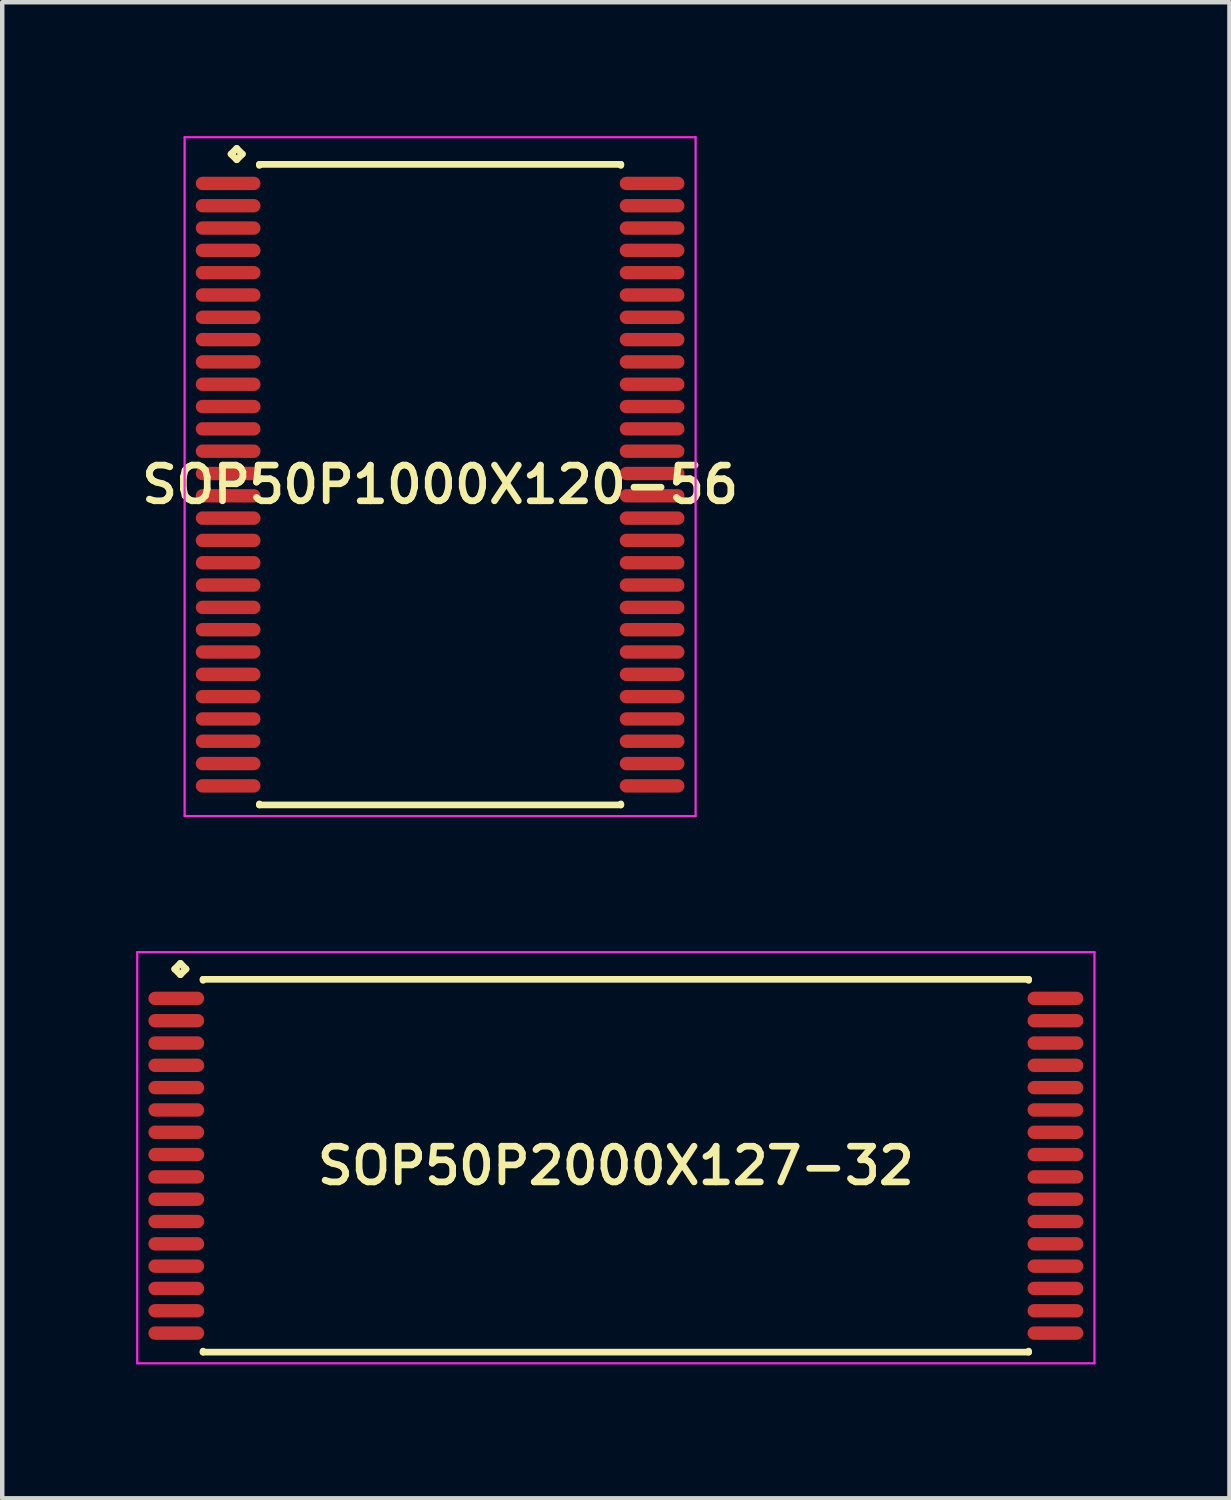
<source format=kicad_pcb>
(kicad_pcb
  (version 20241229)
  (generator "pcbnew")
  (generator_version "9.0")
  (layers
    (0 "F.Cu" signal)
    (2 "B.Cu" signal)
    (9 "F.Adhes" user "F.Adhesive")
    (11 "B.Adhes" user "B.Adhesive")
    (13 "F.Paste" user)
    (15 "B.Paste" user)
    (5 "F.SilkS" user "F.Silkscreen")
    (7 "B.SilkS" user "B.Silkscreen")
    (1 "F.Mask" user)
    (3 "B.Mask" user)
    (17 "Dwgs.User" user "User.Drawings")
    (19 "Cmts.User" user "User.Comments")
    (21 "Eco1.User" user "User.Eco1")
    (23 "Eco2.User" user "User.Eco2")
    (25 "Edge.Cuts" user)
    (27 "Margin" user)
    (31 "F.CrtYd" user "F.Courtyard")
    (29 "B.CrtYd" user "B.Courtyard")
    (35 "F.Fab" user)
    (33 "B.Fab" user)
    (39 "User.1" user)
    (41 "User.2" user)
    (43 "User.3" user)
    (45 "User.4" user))
  (footprint "SOP50P2000X127-32"
    (layer "F.Cu")
    (at 10.75 23.072)
    (property "Reference" "SOP50P2000X127-32" (at 0 0 0) (layer "F.SilkS") (effects (font (size 0.8 0.8) (thickness 0.15))))
    (attr smd)
    (fp_line (start -9.885 -4.408) (end -9.758 -4.535) (stroke (width 0.15) (type solid)) (layer "F.SilkS"))
    (fp_line (start -9.758 -4.535) (end -9.631 -4.408) (stroke (width 0.15) (type solid)) (layer "F.SilkS"))
    (fp_line (start -9.758 -4.281) (end -9.885 -4.408) (stroke (width 0.15) (type solid)) (layer "F.SilkS"))
    (fp_line (start -9.631 -4.408) (end -9.758 -4.281) (stroke (width 0.15) (type solid)) (layer "F.SilkS"))
    (fp_line (start -9.25 -4.177) (end 9.25 -4.177) (stroke (width 0.15) (type solid)) (layer "F.SilkS"))
    (fp_line (start -9.25 -4.154) (end -9.25 -4.177) (stroke (width 0.15) (type solid)) (layer "F.SilkS"))
    (fp_line (start -9.25 4.154) (end -9.25 4.177) (stroke (width 0.15) (type solid)) (layer "F.SilkS"))
    (fp_line (start -9.25 4.177) (end 9.25 4.177) (stroke (width 0.15) (type solid)) (layer "F.SilkS"))
    (fp_line (start 9.25 -4.177) (end 9.25 -4.154) (stroke (width 0.15) (type solid)) (layer "F.SilkS"))
    (fp_line (start 9.25 4.177) (end 9.25 4.154) (stroke (width 0.15) (type solid)) (layer "F.SilkS"))
    (fp_line (start -10.725 -4.785) (end 10.725 -4.785) (stroke (width 0.05) (type solid)) (layer "F.CrtYd"))
    (fp_line (start -10.725 4.427) (end -10.725 -4.785) (stroke (width 0.05) (type solid)) (layer "F.CrtYd"))
    (fp_line (start 10.725 -4.785) (end 10.725 4.427) (stroke (width 0.05) (type solid)) (layer "F.CrtYd"))
    (fp_line (start 10.725 4.427) (end -10.725 4.427) (stroke (width 0.05) (type solid)) (layer "F.CrtYd"))
    (pad "1" smd oval (at -9.85 -3.75) (size 1.25 0.3) (layers "F.Cu" "F.Mask" "F.Paste"))
    (pad "2" smd oval (at -9.85 -3.25) (size 1.25 0.3) (layers "F.Cu" "F.Mask" "F.Paste"))
    (pad "3" smd oval (at -9.85 -2.75) (size 1.25 0.3) (layers "F.Cu" "F.Mask" "F.Paste"))
    (pad "4" smd oval (at -9.85 -2.25) (size 1.25 0.3) (layers "F.Cu" "F.Mask" "F.Paste"))
    (pad "5" smd oval (at -9.85 -1.75) (size 1.25 0.3) (layers "F.Cu" "F.Mask" "F.Paste"))
    (pad "6" smd oval (at -9.85 -1.25) (size 1.25 0.3) (layers "F.Cu" "F.Mask" "F.Paste"))
    (pad "7" smd oval (at -9.85 -0.75) (size 1.25 0.3) (layers "F.Cu" "F.Mask" "F.Paste"))
    (pad "8" smd oval (at -9.85 -0.25) (size 1.25 0.3) (layers "F.Cu" "F.Mask" "F.Paste"))
    (pad "9" smd oval (at -9.85 0.25) (size 1.25 0.3) (layers "F.Cu" "F.Mask" "F.Paste"))
    (pad "10" smd oval (at -9.85 0.75) (size 1.25 0.3) (layers "F.Cu" "F.Mask" "F.Paste"))
    (pad "11" smd oval (at -9.85 1.25) (size 1.25 0.3) (layers "F.Cu" "F.Mask" "F.Paste"))
    (pad "12" smd oval (at -9.85 1.75) (size 1.25 0.3) (layers "F.Cu" "F.Mask" "F.Paste"))
    (pad "13" smd oval (at -9.85 2.25) (size 1.25 0.3) (layers "F.Cu" "F.Mask" "F.Paste"))
    (pad "14" smd oval (at -9.85 2.75) (size 1.25 0.3) (layers "F.Cu" "F.Mask" "F.Paste"))
    (pad "15" smd oval (at -9.85 3.25) (size 1.25 0.3) (layers "F.Cu" "F.Mask" "F.Paste"))
    (pad "16" smd oval (at -9.85 3.75) (size 1.25 0.3) (layers "F.Cu" "F.Mask" "F.Paste"))
    (pad "17" smd oval (at 9.85 3.75) (size 1.25 0.3) (layers "F.Cu" "F.Mask" "F.Paste"))
    (pad "18" smd oval (at 9.85 3.25) (size 1.25 0.3) (layers "F.Cu" "F.Mask" "F.Paste"))
    (pad "19" smd oval (at 9.85 2.75) (size 1.25 0.3) (layers "F.Cu" "F.Mask" "F.Paste"))
    (pad "20" smd oval (at 9.85 2.25) (size 1.25 0.3) (layers "F.Cu" "F.Mask" "F.Paste"))
    (pad "21" smd oval (at 9.85 1.75) (size 1.25 0.3) (layers "F.Cu" "F.Mask" "F.Paste"))
    (pad "22" smd oval (at 9.85 1.25) (size 1.25 0.3) (layers "F.Cu" "F.Mask" "F.Paste"))
    (pad "23" smd oval (at 9.85 0.75) (size 1.25 0.3) (layers "F.Cu" "F.Mask" "F.Paste"))
    (pad "24" smd oval (at 9.85 0.25) (size 1.25 0.3) (layers "F.Cu" "F.Mask" "F.Paste"))
    (pad "25" smd oval (at 9.85 -0.25) (size 1.25 0.3) (layers "F.Cu" "F.Mask" "F.Paste"))
    (pad "26" smd oval (at 9.85 -0.75) (size 1.25 0.3) (layers "F.Cu" "F.Mask" "F.Paste"))
    (pad "27" smd oval (at 9.85 -1.25) (size 1.25 0.3) (layers "F.Cu" "F.Mask" "F.Paste"))
    (pad "28" smd oval (at 9.85 -1.75) (size 1.25 0.3) (layers "F.Cu" "F.Mask" "F.Paste"))
    (pad "29" smd oval (at 9.85 -2.25) (size 1.25 0.3) (layers "F.Cu" "F.Mask" "F.Paste"))
    (pad "30" smd oval (at 9.85 -2.75) (size 1.25 0.3) (layers "F.Cu" "F.Mask" "F.Paste"))
    (pad "31" smd oval (at 9.85 -3.25) (size 1.25 0.3) (layers "F.Cu" "F.Mask" "F.Paste"))
    (pad "32" smd oval (at 9.85 -3.75) (size 1.25 0.3) (layers "F.Cu" "F.Mask" "F.Paste")))
  (footprint "SOP50P1000X120-56"
    (layer "F.Cu")
    (at 6.812 7.81)
    (property "Reference" "SOP50P1000X120-56" (at 0 0 0) (layer "F.SilkS") (effects (font (size 0.8 0.8) (thickness 0.15))))
    (attr smd)
    (fp_line (start -4.685 -7.408) (end -4.558 -7.535) (stroke (width 0.15) (type solid)) (layer "F.SilkS"))
    (fp_line (start -4.558 -7.535) (end -4.431 -7.408) (stroke (width 0.15) (type solid)) (layer "F.SilkS"))
    (fp_line (start -4.558 -7.281) (end -4.685 -7.408) (stroke (width 0.15) (type solid)) (layer "F.SilkS"))
    (fp_line (start -4.431 -7.408) (end -4.558 -7.281) (stroke (width 0.15) (type solid)) (layer "F.SilkS"))
    (fp_line (start -4.05 -7.177) (end 4.05 -7.177) (stroke (width 0.15) (type solid)) (layer "F.SilkS"))
    (fp_line (start -4.05 -7.154) (end -4.05 -7.177) (stroke (width 0.15) (type solid)) (layer "F.SilkS"))
    (fp_line (start -4.05 7.154) (end -4.05 7.177) (stroke (width 0.15) (type solid)) (layer "F.SilkS"))
    (fp_line (start -4.05 7.177) (end 4.05 7.177) (stroke (width 0.15) (type solid)) (layer "F.SilkS"))
    (fp_line (start 4.05 -7.177) (end 4.05 -7.154) (stroke (width 0.15) (type solid)) (layer "F.SilkS"))
    (fp_line (start 4.05 7.177) (end 4.05 7.154) (stroke (width 0.15) (type solid)) (layer "F.SilkS"))
    (fp_line (start -5.725 -7.785) (end 5.725 -7.785) (stroke (width 0.05) (type solid)) (layer "F.CrtYd"))
    (fp_line (start -5.725 7.427) (end -5.725 -7.785) (stroke (width 0.05) (type solid)) (layer "F.CrtYd"))
    (fp_line (start 5.725 -7.785) (end 5.725 7.427) (stroke (width 0.05) (type solid)) (layer "F.CrtYd"))
    (fp_line (start 5.725 7.427) (end -5.725 7.427) (stroke (width 0.05) (type solid)) (layer "F.CrtYd"))
    (pad "1" smd oval (at -4.75 -6.75) (size 1.45 0.3) (layers "F.Cu" "F.Mask" "F.Paste"))
    (pad "2" smd oval (at -4.75 -6.25) (size 1.45 0.3) (layers "F.Cu" "F.Mask" "F.Paste"))
    (pad "3" smd oval (at -4.75 -5.75) (size 1.45 0.3) (layers "F.Cu" "F.Mask" "F.Paste"))
    (pad "4" smd oval (at -4.75 -5.25) (size 1.45 0.3) (layers "F.Cu" "F.Mask" "F.Paste"))
    (pad "5" smd oval (at -4.75 -4.75) (size 1.45 0.3) (layers "F.Cu" "F.Mask" "F.Paste"))
    (pad "6" smd oval (at -4.75 -4.25) (size 1.45 0.3) (layers "F.Cu" "F.Mask" "F.Paste"))
    (pad "7" smd oval (at -4.75 -3.75) (size 1.45 0.3) (layers "F.Cu" "F.Mask" "F.Paste"))
    (pad "8" smd oval (at -4.75 -3.25) (size 1.45 0.3) (layers "F.Cu" "F.Mask" "F.Paste"))
    (pad "9" smd oval (at -4.75 -2.75) (size 1.45 0.3) (layers "F.Cu" "F.Mask" "F.Paste"))
    (pad "10" smd oval (at -4.75 -2.25) (size 1.45 0.3) (layers "F.Cu" "F.Mask" "F.Paste"))
    (pad "11" smd oval (at -4.75 -1.75) (size 1.45 0.3) (layers "F.Cu" "F.Mask" "F.Paste"))
    (pad "12" smd oval (at -4.75 -1.25) (size 1.45 0.3) (layers "F.Cu" "F.Mask" "F.Paste"))
    (pad "13" smd oval (at -4.75 -0.75) (size 1.45 0.3) (layers "F.Cu" "F.Mask" "F.Paste"))
    (pad "14" smd oval (at -4.75 -0.25) (size 1.45 0.3) (layers "F.Cu" "F.Mask" "F.Paste"))
    (pad "15" smd oval (at -4.75 0.25) (size 1.45 0.3) (layers "F.Cu" "F.Mask" "F.Paste"))
    (pad "16" smd oval (at -4.75 0.75) (size 1.45 0.3) (layers "F.Cu" "F.Mask" "F.Paste"))
    (pad "17" smd oval (at -4.75 1.25) (size 1.45 0.3) (layers "F.Cu" "F.Mask" "F.Paste"))
    (pad "18" smd oval (at -4.75 1.75) (size 1.45 0.3) (layers "F.Cu" "F.Mask" "F.Paste"))
    (pad "19" smd oval (at -4.75 2.25) (size 1.45 0.3) (layers "F.Cu" "F.Mask" "F.Paste"))
    (pad "20" smd oval (at -4.75 2.75) (size 1.45 0.3) (layers "F.Cu" "F.Mask" "F.Paste"))
    (pad "21" smd oval (at -4.75 3.25) (size 1.45 0.3) (layers "F.Cu" "F.Mask" "F.Paste"))
    (pad "22" smd oval (at -4.75 3.75) (size 1.45 0.3) (layers "F.Cu" "F.Mask" "F.Paste"))
    (pad "23" smd oval (at -4.75 4.25) (size 1.45 0.3) (layers "F.Cu" "F.Mask" "F.Paste"))
    (pad "24" smd oval (at -4.75 4.75) (size 1.45 0.3) (layers "F.Cu" "F.Mask" "F.Paste"))
    (pad "25" smd oval (at -4.75 5.25) (size 1.45 0.3) (layers "F.Cu" "F.Mask" "F.Paste"))
    (pad "26" smd oval (at -4.75 5.75) (size 1.45 0.3) (layers "F.Cu" "F.Mask" "F.Paste"))
    (pad "27" smd oval (at -4.75 6.25) (size 1.45 0.3) (layers "F.Cu" "F.Mask" "F.Paste"))
    (pad "28" smd oval (at -4.75 6.75) (size 1.45 0.3) (layers "F.Cu" "F.Mask" "F.Paste"))
    (pad "29" smd oval (at 4.75 6.75) (size 1.45 0.3) (layers "F.Cu" "F.Mask" "F.Paste"))
    (pad "30" smd oval (at 4.75 6.25) (size 1.45 0.3) (layers "F.Cu" "F.Mask" "F.Paste"))
    (pad "31" smd oval (at 4.75 5.75) (size 1.45 0.3) (layers "F.Cu" "F.Mask" "F.Paste"))
    (pad "32" smd oval (at 4.75 5.25) (size 1.45 0.3) (layers "F.Cu" "F.Mask" "F.Paste"))
    (pad "33" smd oval (at 4.75 4.75) (size 1.45 0.3) (layers "F.Cu" "F.Mask" "F.Paste"))
    (pad "34" smd oval (at 4.75 4.25) (size 1.45 0.3) (layers "F.Cu" "F.Mask" "F.Paste"))
    (pad "35" smd oval (at 4.75 3.75) (size 1.45 0.3) (layers "F.Cu" "F.Mask" "F.Paste"))
    (pad "36" smd oval (at 4.75 3.25) (size 1.45 0.3) (layers "F.Cu" "F.Mask" "F.Paste"))
    (pad "37" smd oval (at 4.75 2.75) (size 1.45 0.3) (layers "F.Cu" "F.Mask" "F.Paste"))
    (pad "38" smd oval (at 4.75 2.25) (size 1.45 0.3) (layers "F.Cu" "F.Mask" "F.Paste"))
    (pad "39" smd oval (at 4.75 1.75) (size 1.45 0.3) (layers "F.Cu" "F.Mask" "F.Paste"))
    (pad "40" smd oval (at 4.75 1.25) (size 1.45 0.3) (layers "F.Cu" "F.Mask" "F.Paste"))
    (pad "41" smd oval (at 4.75 0.75) (size 1.45 0.3) (layers "F.Cu" "F.Mask" "F.Paste"))
    (pad "42" smd oval (at 4.75 0.25) (size 1.45 0.3) (layers "F.Cu" "F.Mask" "F.Paste"))
    (pad "43" smd oval (at 4.75 -0.25) (size 1.45 0.3) (layers "F.Cu" "F.Mask" "F.Paste"))
    (pad "44" smd oval (at 4.75 -0.75) (size 1.45 0.3) (layers "F.Cu" "F.Mask" "F.Paste"))
    (pad "45" smd oval (at 4.75 -1.25) (size 1.45 0.3) (layers "F.Cu" "F.Mask" "F.Paste"))
    (pad "46" smd oval (at 4.75 -1.75) (size 1.45 0.3) (layers "F.Cu" "F.Mask" "F.Paste"))
    (pad "47" smd oval (at 4.75 -2.25) (size 1.45 0.3) (layers "F.Cu" "F.Mask" "F.Paste"))
    (pad "48" smd oval (at 4.75 -2.75) (size 1.45 0.3) (layers "F.Cu" "F.Mask" "F.Paste"))
    (pad "49" smd oval (at 4.75 -3.25) (size 1.45 0.3) (layers "F.Cu" "F.Mask" "F.Paste"))
    (pad "50" smd oval (at 4.75 -3.75) (size 1.45 0.3) (layers "F.Cu" "F.Mask" "F.Paste"))
    (pad "51" smd oval (at 4.75 -4.25) (size 1.45 0.3) (layers "F.Cu" "F.Mask" "F.Paste"))
    (pad "52" smd oval (at 4.75 -4.75) (size 1.45 0.3) (layers "F.Cu" "F.Mask" "F.Paste"))
    (pad "53" smd oval (at 4.75 -5.25) (size 1.45 0.3) (layers "F.Cu" "F.Mask" "F.Paste"))
    (pad "54" smd oval (at 4.75 -5.75) (size 1.45 0.3) (layers "F.Cu" "F.Mask" "F.Paste"))
    (pad "55" smd oval (at 4.75 -6.25) (size 1.45 0.3) (layers "F.Cu" "F.Mask" "F.Paste"))
    (pad "56" smd oval (at 4.75 -6.75) (size 1.45 0.3) (layers "F.Cu" "F.Mask" "F.Paste")))
  (gr_rect
    (start -3 -3)
    (end 24.5 30.524)
    (stroke (width 0.1) (type default))
    (fill no)
    (layer "Edge.Cuts")))
</source>
